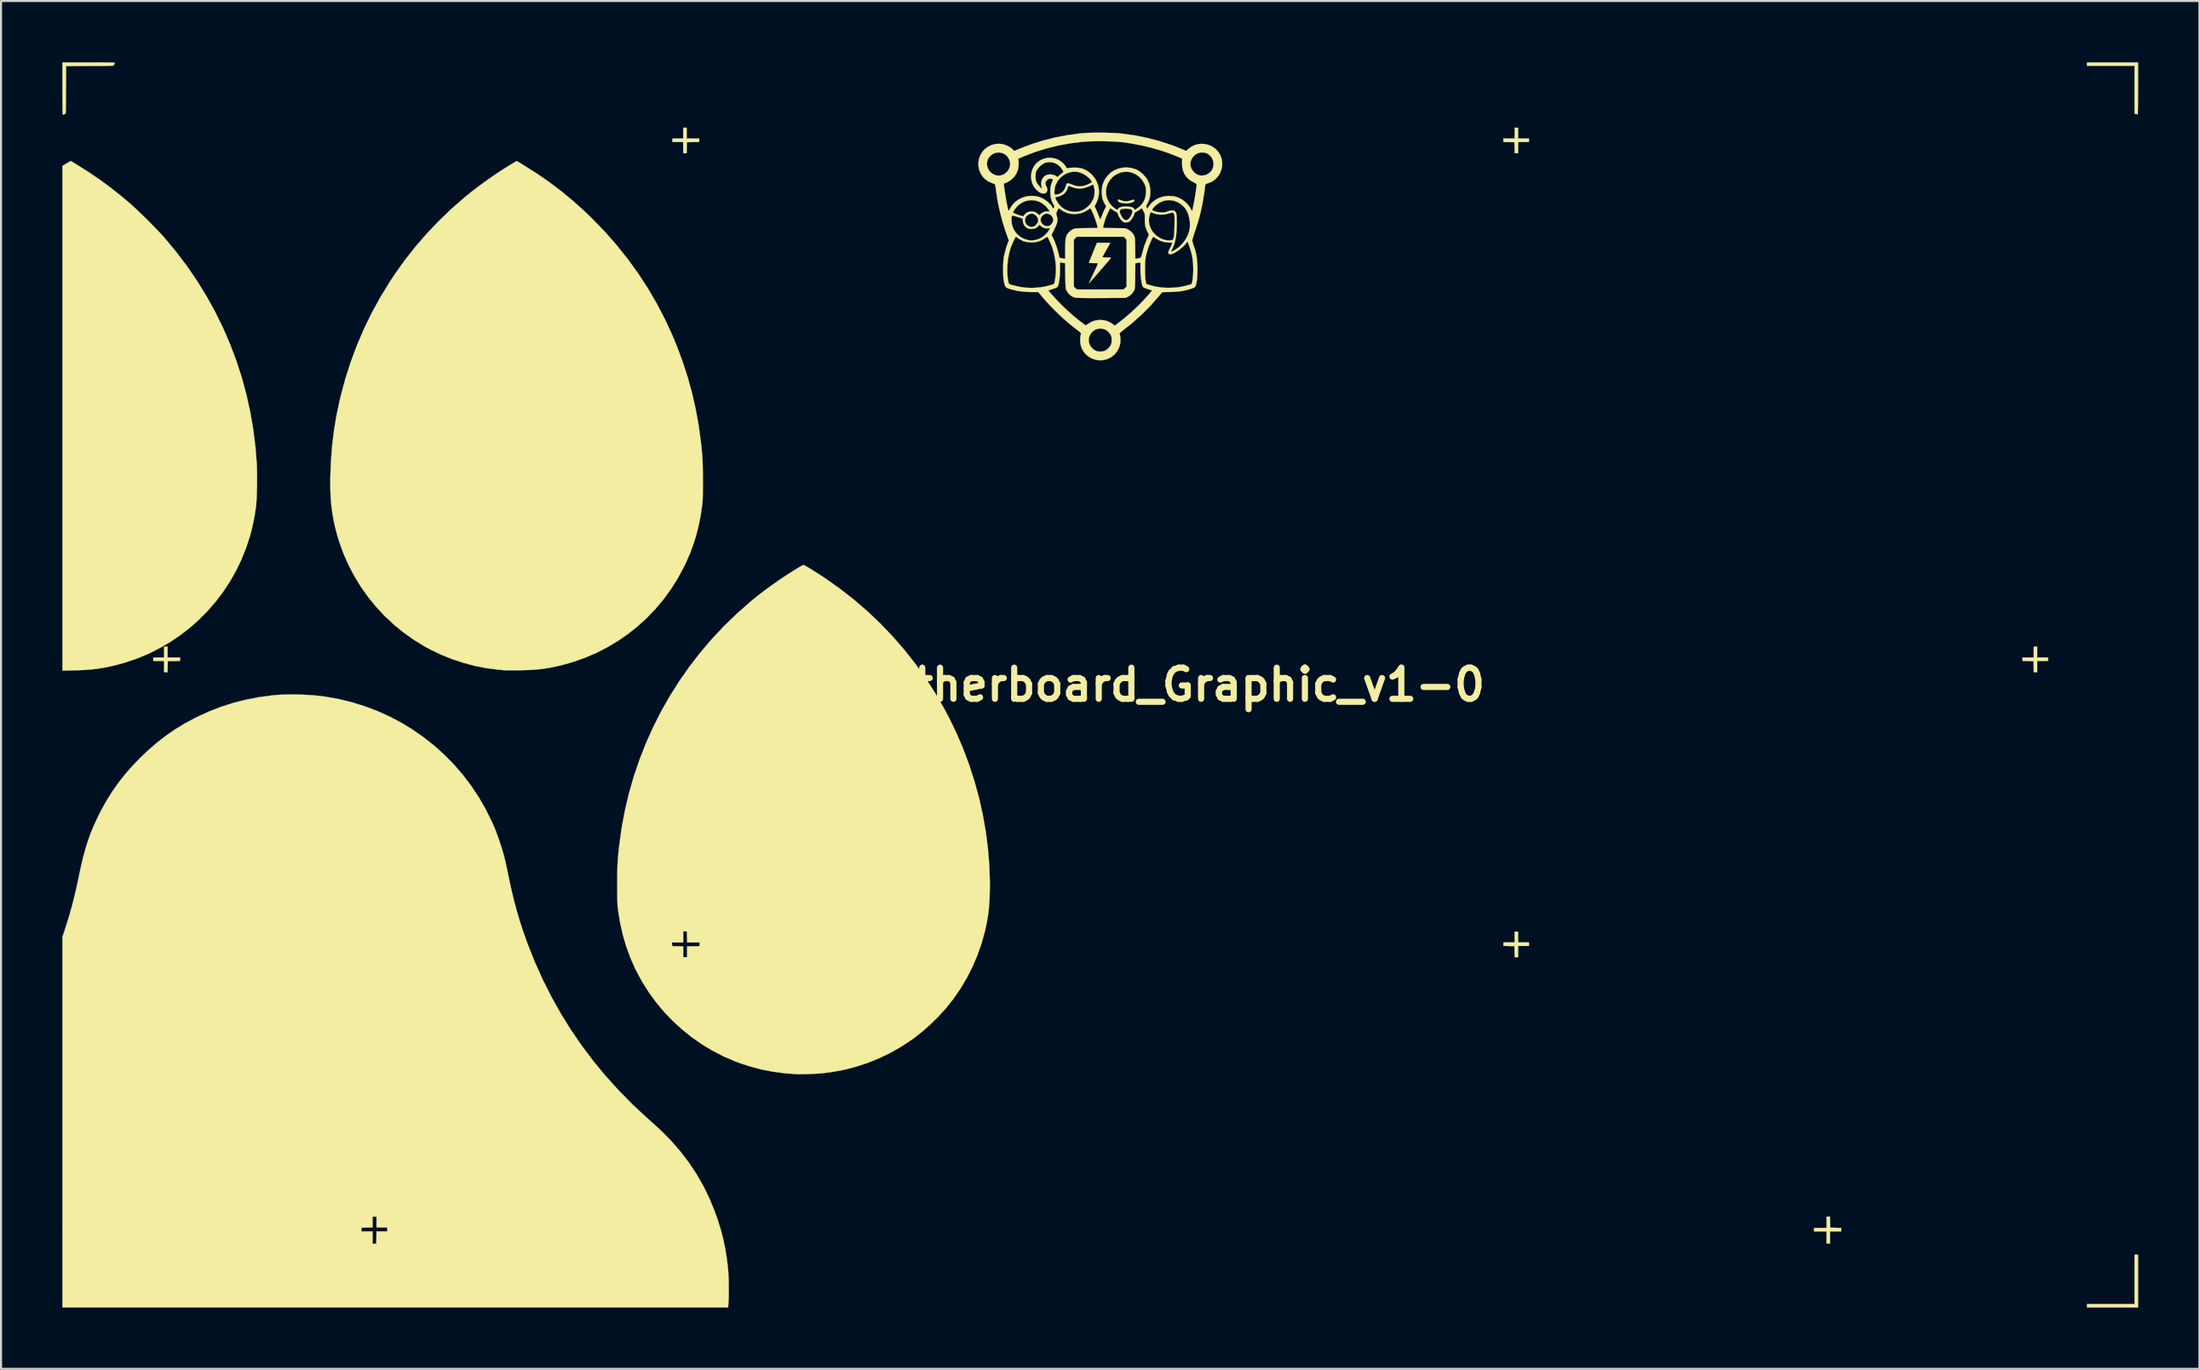
<source format=kicad_pcb>
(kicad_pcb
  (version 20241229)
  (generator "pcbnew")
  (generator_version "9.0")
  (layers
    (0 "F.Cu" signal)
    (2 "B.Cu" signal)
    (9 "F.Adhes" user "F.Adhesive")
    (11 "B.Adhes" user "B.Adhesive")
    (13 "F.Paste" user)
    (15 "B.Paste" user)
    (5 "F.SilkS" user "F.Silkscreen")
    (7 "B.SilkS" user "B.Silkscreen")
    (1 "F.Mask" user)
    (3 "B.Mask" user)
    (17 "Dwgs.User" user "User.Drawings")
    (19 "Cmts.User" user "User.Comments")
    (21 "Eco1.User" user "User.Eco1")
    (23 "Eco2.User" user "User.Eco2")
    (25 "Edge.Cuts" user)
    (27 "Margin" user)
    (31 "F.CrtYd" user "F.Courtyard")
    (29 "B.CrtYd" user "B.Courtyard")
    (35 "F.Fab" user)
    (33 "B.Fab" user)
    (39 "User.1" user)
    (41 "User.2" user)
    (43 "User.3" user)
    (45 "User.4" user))
  (footprint "Silks_Motherboard_Graphic_v1-0"
    (layer "F.Cu")
    (at 50.784 30.464)
    (property "Reference" "Silks_Motherboard_Graphic_v1-0" (at 0 0 0) (layer "F.SilkS") (effects (font (size 1.524 1.524) (thickness 0.3))))
    (attr through_hole)
    (fp_poly (pts (xy 50.779 30.48) (xy 48.281 30.48) (xy 48.281 30.311) (xy 50.609 30.311) (xy 50.609 27.898) (xy 50.779 27.898) (xy 50.779 30.48)) (stroke (width 0.01) (type solid)) (fill yes) (layer "F.SilkS"))
    (fp_poly (pts (xy -45.635 -1.333) (xy -45.022 -1.333) (xy -45.022 -1.165) (xy -45.625 -1.154) (xy -45.637 -0.614) (xy -45.805 -0.614) (xy -45.805 -1.164) (xy -46.334 -1.164) (xy -46.334 -1.333) (xy -45.805 -1.333) (xy -45.805 -1.863) (xy -45.635 -1.863) (xy -45.635 -1.333)) (stroke (width 0.01) (type solid)) (fill yes) (layer "F.SilkS"))
    (fp_poly (pts (xy -20.235 -26.733) (xy -19.622 -26.733) (xy -19.622 -26.565) (xy -20.225 -26.554) (xy -20.237 -26.014) (xy -20.405 -26.014) (xy -20.405 -26.564) (xy -20.934 -26.564) (xy -20.934 -26.733) (xy -20.405 -26.733) (xy -20.405 -27.263) (xy -20.235 -27.263) (xy -20.235 -26.733)) (stroke (width 0.01) (type solid)) (fill yes) (layer "F.SilkS"))
    (fp_poly (pts (xy 20.447 12.615) (xy 20.976 12.615) (xy 20.976 12.785) (xy 20.447 12.785) (xy 20.447 13.335) (xy 20.279 13.335) (xy 20.267 12.795) (xy 19.727 12.783) (xy 19.727 12.615) (xy 20.278 12.615) (xy 20.278 12.086) (xy 20.447 12.086) (xy 20.447 12.615)) (stroke (width 0.01) (type solid)) (fill yes) (layer "F.SilkS"))
    (fp_poly (pts (xy 35.719 26.575) (xy 36.258 26.587) (xy 36.258 26.755) (xy 35.708 26.755) (xy 35.708 27.347) (xy 35.539 27.347) (xy 35.539 26.755) (xy 34.925 26.755) (xy 34.925 26.585) (xy 35.539 26.585) (xy 35.539 26.035) (xy 35.707 26.035) (xy 35.719 26.575)) (stroke (width 0.01) (type solid)) (fill yes) (layer "F.SilkS"))
    (fp_poly (pts (xy 20.447 -26.733) (xy 20.976 -26.733) (xy 20.976 -26.564) (xy 20.447 -26.564) (xy 20.447 -26.014) (xy 20.279 -26.014) (xy 20.267 -26.554) (xy 19.997 -26.56) (xy 19.727 -26.565) (xy 19.727 -26.733) (xy 20.278 -26.733) (xy 20.278 -27.263) (xy 20.447 -27.263) (xy 20.447 -26.733)) (stroke (width 0.01) (type solid)) (fill yes) (layer "F.SilkS"))
    (fp_poly (pts (xy 45.847 -1.333) (xy 46.376 -1.333) (xy 46.376 -1.164) (xy 45.847 -1.164) (xy 45.847 -0.614) (xy 45.679 -0.614) (xy 45.667 -1.154) (xy 45.397 -1.16) (xy 45.127 -1.165) (xy 45.127 -1.333) (xy 45.678 -1.333) (xy 45.678 -1.863) (xy 45.847 -1.863) (xy 45.847 -1.333)) (stroke (width 0.01) (type solid)) (fill yes) (layer "F.SilkS"))
    (fp_poly (pts (xy 50.779 -29.178) (xy 50.778 -28.879) (xy 50.777 -28.618) (xy 50.776 -28.397) (xy 50.773 -28.215) (xy 50.77 -28.074) (xy 50.767 -27.974) (xy 50.762 -27.915) (xy 50.758 -27.898) (xy 50.737 -27.914) (xy 50.736 -27.919) (xy 50.718 -27.934) (xy 50.674 -27.94) (xy 50.673 -27.94) (xy 50.609 -27.94) (xy 50.609 -30.29) (xy 48.281 -30.29) (xy 48.281 -30.459) (xy 50.779 -30.459) (xy 50.779 -29.178)) (stroke (width 0.01) (type solid)) (fill yes) (layer "F.SilkS"))
    (fp_poly (pts (xy 0.943 -23.738) (xy 1.018 -23.708) (xy 1.028 -23.704) (xy 1.162 -23.666) (xy 1.311 -23.662) (xy 1.463 -23.691) (xy 1.51 -23.707) (xy 1.586 -23.732) (xy 1.633 -23.739) (xy 1.658 -23.73) (xy 1.67 -23.694) (xy 1.644 -23.655) (xy 1.582 -23.617) (xy 1.533 -23.597) (xy 1.414 -23.57) (xy 1.275 -23.56) (xy 1.134 -23.568) (xy 1.009 -23.593) (xy 0.979 -23.603) (xy 0.913 -23.632) (xy 0.88 -23.657) (xy 0.868 -23.688) (xy 0.868 -23.698) (xy 0.874 -23.733) (xy 0.897 -23.746) (xy 0.943 -23.738)) (stroke (width 0.01) (type solid)) (fill yes) (layer "F.SilkS"))
    (fp_poly (pts (xy -49.234 -30.459) (xy -49.008 -30.459) (xy -48.819 -30.458) (xy -48.663 -30.458) (xy -48.536 -30.456) (xy -48.436 -30.455) (xy -48.36 -30.453) (xy -48.303 -30.449) (xy -48.264 -30.446) (xy -48.24 -30.441) (xy -48.226 -30.435) (xy -48.219 -30.428) (xy -48.218 -30.419) (xy -48.218 -30.416) (xy -48.227 -30.382) (xy -48.239 -30.374) (xy -48.256 -30.356) (xy -48.26 -30.332) (xy -48.261 -30.323) (xy -48.266 -30.315) (xy -48.278 -30.309) (xy -48.3 -30.303) (xy -48.337 -30.299) (xy -48.39 -30.296) (xy -48.464 -30.293) (xy -48.562 -30.291) (xy -48.686 -30.289) (xy -48.841 -30.288) (xy -49.029 -30.286) (xy -49.254 -30.285) (xy -49.429 -30.284) (xy -50.599 -30.279) (xy -50.604 -29.109) (xy -50.606 -28.858) (xy -50.607 -28.645) (xy -50.608 -28.468) (xy -50.61 -28.323) (xy -50.611 -28.207) (xy -50.614 -28.118) (xy -50.617 -28.051) (xy -50.62 -28.003) (xy -50.625 -27.972) (xy -50.631 -27.953) (xy -50.638 -27.944) (xy -50.646 -27.94) (xy -50.652 -27.94) (xy -50.686 -27.931) (xy -50.694 -27.919) (xy -50.712 -27.902) (xy -50.736 -27.898) (xy -50.745 -27.898) (xy -50.753 -27.903) (xy -50.759 -27.914) (xy -50.764 -27.935) (xy -50.768 -27.969) (xy -50.772 -28.019) (xy -50.774 -28.089) (xy -50.776 -28.181) (xy -50.777 -28.299) (xy -50.778 -28.445) (xy -50.779 -28.623) (xy -50.779 -28.837) (xy -50.779 -29.088) (xy -50.779 -29.178) (xy -50.779 -30.459) (xy -49.498 -30.459) (xy -49.234 -30.459)) (stroke (width 0.01) (type solid)) (fill yes) (layer "F.SilkS"))
    (fp_poly (pts (xy 0.275 -21.632) (xy 0.37 -21.63) (xy 0.441 -21.628) (xy 0.481 -21.626) (xy 0.487 -21.624) (xy 0.477 -21.604) (xy 0.45 -21.553) (xy 0.408 -21.477) (xy 0.356 -21.383) (xy 0.305 -21.293) (xy 0.245 -21.186) (xy 0.192 -21.091) (xy 0.15 -21.014) (xy 0.122 -20.961) (xy 0.112 -20.942) (xy 0.115 -20.928) (xy 0.139 -20.92) (xy 0.19 -20.915) (xy 0.275 -20.913) (xy 0.317 -20.913) (xy 0.406 -20.911) (xy 0.476 -20.906) (xy 0.518 -20.899) (xy 0.526 -20.894) (xy 0.511 -20.873) (xy 0.472 -20.826) (xy 0.413 -20.756) (xy 0.338 -20.668) (xy 0.25 -20.565) (xy 0.152 -20.452) (xy 0.049 -20.332) (xy -0.056 -20.211) (xy -0.16 -20.092) (xy -0.259 -19.979) (xy -0.348 -19.876) (xy -0.426 -19.788) (xy -0.488 -19.719) (xy -0.53 -19.672) (xy -0.55 -19.653) (xy -0.55 -19.653) (xy -0.542 -19.675) (xy -0.517 -19.73) (xy -0.48 -19.812) (xy -0.431 -19.917) (xy -0.375 -20.038) (xy -0.328 -20.137) (xy -0.267 -20.267) (xy -0.212 -20.385) (xy -0.166 -20.485) (xy -0.131 -20.561) (xy -0.111 -20.609) (xy -0.106 -20.622) (xy -0.126 -20.629) (xy -0.179 -20.634) (xy -0.257 -20.637) (xy -0.331 -20.637) (xy -0.43 -20.638) (xy -0.495 -20.641) (xy -0.531 -20.646) (xy -0.546 -20.657) (xy -0.546 -20.672) (xy -0.545 -20.676) (xy -0.535 -20.705) (xy -0.51 -20.768) (xy -0.475 -20.858) (xy -0.43 -20.97) (xy -0.379 -21.096) (xy -0.348 -21.173) (xy -0.16 -21.632) (xy 0.163 -21.632) (xy 0.275 -21.632)) (stroke (width 0.01) (type solid)) (fill yes) (layer "F.SilkS"))
    (fp_poly (pts (xy -50.052 -25.44) (xy -49.476 -25.077) (xy -48.919 -24.696) (xy -48.372 -24.292) (xy -47.827 -23.857) (xy -47.477 -23.56) (xy -47.361 -23.457) (xy -47.221 -23.328) (xy -47.064 -23.179) (xy -46.893 -23.015) (xy -46.716 -22.841) (xy -46.537 -22.663) (xy -46.361 -22.485) (xy -46.194 -22.315) (xy -46.042 -22.156) (xy -45.909 -22.014) (xy -45.802 -21.895) (xy -45.795 -21.886) (xy -45.224 -21.202) (xy -44.691 -20.496) (xy -44.194 -19.77) (xy -43.734 -19.025) (xy -43.312 -18.262) (xy -42.927 -17.481) (xy -42.582 -16.684) (xy -42.274 -15.872) (xy -42.006 -15.045) (xy -41.778 -14.204) (xy -41.589 -13.351) (xy -41.441 -12.487) (xy -41.333 -11.611) (xy -41.273 -10.854) (xy -41.264 -10.654) (xy -41.258 -10.432) (xy -41.256 -10.194) (xy -41.256 -9.947) (xy -41.259 -9.699) (xy -41.265 -9.456) (xy -41.273 -9.226) (xy -41.284 -9.016) (xy -41.297 -8.832) (xy -41.312 -8.682) (xy -41.316 -8.657) (xy -41.365 -8.338) (xy -41.425 -8.013) (xy -41.494 -7.694) (xy -41.568 -7.397) (xy -41.602 -7.276) (xy -41.793 -6.691) (xy -42.021 -6.125) (xy -42.285 -5.578) (xy -42.583 -5.053) (xy -42.914 -4.55) (xy -43.276 -4.072) (xy -43.668 -3.619) (xy -44.089 -3.193) (xy -44.536 -2.796) (xy -45.009 -2.429) (xy -45.505 -2.092) (xy -46.025 -1.789) (xy -46.565 -1.519) (xy -47.125 -1.286) (xy -47.703 -1.089) (xy -48.101 -0.978) (xy -48.428 -0.899) (xy -48.734 -0.836) (xy -49.03 -0.787) (xy -49.328 -0.751) (xy -49.639 -0.726) (xy -49.973 -0.71) (xy -50.17 -0.705) (xy -50.779 -0.693) (xy -50.779 -25.396) (xy -50.576 -25.515) (xy -50.372 -25.634) (xy -50.052 -25.44)) (stroke (width 0.01) (type solid)) (fill yes) (layer "F.SilkS"))
    (fp_poly (pts (xy -28.23 -25.44) (xy -27.571 -25.024) (xy -26.945 -24.591) (xy -26.345 -24.136) (xy -25.764 -23.653) (xy -25.194 -23.137) (xy -24.864 -22.819) (xy -24.246 -22.181) (xy -23.665 -21.52) (xy -23.119 -20.837) (xy -22.608 -20.131) (xy -22.134 -19.402) (xy -21.696 -18.652) (xy -21.294 -17.88) (xy -20.928 -17.087) (xy -20.715 -16.571) (xy -20.434 -15.817) (xy -20.189 -15.063) (xy -19.979 -14.303) (xy -19.802 -13.532) (xy -19.658 -12.745) (xy -19.545 -11.936) (xy -19.48 -11.324) (xy -19.47 -11.189) (xy -19.462 -11.024) (xy -19.455 -10.833) (xy -19.449 -10.624) (xy -19.444 -10.402) (xy -19.442 -10.173) (xy -19.44 -9.944) (xy -19.441 -9.719) (xy -19.442 -9.504) (xy -19.446 -9.307) (xy -19.451 -9.132) (xy -19.458 -8.986) (xy -19.466 -8.875) (xy -19.469 -8.848) (xy -19.545 -8.319) (xy -19.641 -7.822) (xy -19.758 -7.349) (xy -19.9 -6.891) (xy -20.067 -6.441) (xy -20.262 -5.992) (xy -20.384 -5.74) (xy -20.679 -5.195) (xy -21.007 -4.675) (xy -21.368 -4.181) (xy -21.759 -3.714) (xy -22.178 -3.276) (xy -22.625 -2.868) (xy -23.098 -2.491) (xy -23.595 -2.146) (xy -24.115 -1.835) (xy -24.657 -1.558) (xy -25.218 -1.318) (xy -25.797 -1.114) (xy -26.28 -0.977) (xy -26.572 -0.906) (xy -26.842 -0.848) (xy -27.1 -0.802) (xy -27.354 -0.767) (xy -27.615 -0.741) (xy -27.891 -0.723) (xy -28.194 -0.713) (xy -28.427 -0.709) (xy -28.597 -0.708) (xy -28.756 -0.707) (xy -28.899 -0.707) (xy -29.02 -0.707) (xy -29.113 -0.708) (xy -29.173 -0.71) (xy -29.189 -0.711) (xy -29.24 -0.717) (xy -29.321 -0.725) (xy -29.421 -0.734) (xy -29.506 -0.743) (xy -30.052 -0.814) (xy -30.604 -0.923) (xy -31.156 -1.07) (xy -31.702 -1.251) (xy -32.235 -1.464) (xy -32.75 -1.709) (xy -33.084 -1.889) (xy -33.606 -2.212) (xy -34.104 -2.568) (xy -34.575 -2.955) (xy -35.019 -3.372) (xy -35.433 -3.817) (xy -35.817 -4.288) (xy -36.169 -4.783) (xy -36.487 -5.3) (xy -36.771 -5.838) (xy -37.018 -6.395) (xy -37.228 -6.968) (xy -37.336 -7.324) (xy -37.433 -7.693) (xy -37.512 -8.052) (xy -37.574 -8.408) (xy -37.621 -8.77) (xy -37.652 -9.144) (xy -37.669 -9.54) (xy -37.672 -9.964) (xy -37.67 -10.181) (xy -37.641 -10.947) (xy -37.584 -11.691) (xy -37.495 -12.422) (xy -37.376 -13.148) (xy -37.223 -13.879) (xy -37.169 -14.109) (xy -36.941 -14.963) (xy -36.673 -15.8) (xy -36.367 -16.62) (xy -36.022 -17.425) (xy -35.638 -18.212) (xy -35.214 -18.983) (xy -34.752 -19.738) (xy -34.507 -20.108) (xy -34.021 -20.787) (xy -33.498 -21.449) (xy -32.941 -22.091) (xy -32.352 -22.71) (xy -31.735 -23.302) (xy -31.091 -23.865) (xy -31.041 -23.906) (xy -30.754 -24.137) (xy -30.439 -24.378) (xy -30.104 -24.623) (xy -29.762 -24.865) (xy -29.42 -25.096) (xy -29.089 -25.309) (xy -28.844 -25.46) (xy -28.551 -25.635) (xy -28.23 -25.44)) (stroke (width 0.01) (type solid)) (fill yes) (layer "F.SilkS"))
    (fp_poly (pts (xy -39.142 0.483) (xy -38.811 0.498) (xy -38.487 0.52) (xy -38.18 0.549) (xy -37.91 0.584) (xy -37.257 0.701) (xy -36.611 0.859) (xy -35.977 1.057) (xy -35.356 1.293) (xy -34.752 1.567) (xy -34.166 1.878) (xy -33.644 2.197) (xy -33.094 2.581) (xy -32.571 2.996) (xy -32.077 3.442) (xy -31.613 3.917) (xy -31.179 4.42) (xy -30.778 4.949) (xy -30.41 5.503) (xy -30.076 6.082) (xy -29.778 6.682) (xy -29.643 6.987) (xy -29.576 7.155) (xy -29.502 7.352) (xy -29.426 7.568) (xy -29.35 7.792) (xy -29.279 8.012) (xy -29.217 8.218) (xy -29.166 8.398) (xy -29.16 8.424) (xy -29.136 8.521) (xy -29.106 8.651) (xy -29.072 8.805) (xy -29.035 8.975) (xy -28.998 9.153) (xy -28.962 9.329) (xy -28.958 9.345) (xy -28.834 9.933) (xy -28.702 10.488) (xy -28.562 11.02) (xy -28.41 11.539) (xy -28.243 12.053) (xy -28.059 12.573) (xy -28.024 12.668) (xy -27.671 13.559) (xy -27.281 14.426) (xy -26.856 15.271) (xy -26.396 16.093) (xy -25.9 16.892) (xy -25.368 17.668) (xy -24.801 18.42) (xy -24.199 19.15) (xy -23.56 19.857) (xy -22.887 20.541) (xy -22.178 21.201) (xy -21.939 21.411) (xy -21.427 21.882) (xy -20.954 22.369) (xy -20.518 22.876) (xy -20.119 23.401) (xy -19.757 23.947) (xy -19.431 24.513) (xy -19.141 25.101) (xy -18.886 25.712) (xy -18.721 26.173) (xy -18.566 26.672) (xy -18.44 27.161) (xy -18.339 27.653) (xy -18.26 28.159) (xy -18.203 28.69) (xy -18.202 28.702) (xy -18.193 28.834) (xy -18.186 28.997) (xy -18.18 29.184) (xy -18.177 29.385) (xy -18.176 29.59) (xy -18.176 29.789) (xy -18.179 29.974) (xy -18.184 30.134) (xy -18.191 30.252) (xy -18.207 30.48) (xy -50.779 30.48) (xy -50.779 26.755) (xy -36.155 26.755) (xy -35.602 26.755) (xy -35.602 27.371) (xy -35.512 27.364) (xy -35.422 27.358) (xy -35.411 26.755) (xy -34.883 26.755) (xy -34.883 26.564) (xy -35.412 26.564) (xy -35.412 26.035) (xy -35.602 26.035) (xy -35.602 26.563) (xy -36.142 26.575) (xy -36.149 26.665) (xy -36.155 26.755) (xy -50.779 26.755) (xy -50.779 12.344) (xy -50.652 11.961) (xy -50.464 11.363) (xy -50.293 10.756) (xy -50.138 10.13) (xy -49.995 9.476) (xy -49.964 9.324) (xy -49.866 8.861) (xy -49.764 8.434) (xy -49.655 8.035) (xy -49.537 7.658) (xy -49.408 7.297) (xy -49.265 6.943) (xy -49.106 6.591) (xy -48.929 6.233) (xy -48.919 6.212) (xy -48.643 5.711) (xy -48.349 5.238) (xy -48.032 4.787) (xy -47.686 4.351) (xy -47.307 3.923) (xy -46.992 3.597) (xy -46.572 3.196) (xy -46.152 2.832) (xy -45.724 2.5) (xy -45.281 2.194) (xy -44.818 1.911) (xy -44.326 1.645) (xy -44.238 1.601) (xy -43.649 1.327) (xy -43.052 1.092) (xy -42.444 0.896) (xy -41.822 0.736) (xy -41.182 0.612) (xy -40.521 0.523) (xy -40.344 0.505) (xy -40.081 0.487) (xy -39.787 0.478) (xy -39.47 0.477) (xy -39.142 0.483)) (stroke (width 0.01) (type solid)) (fill yes) (layer "F.SilkS"))
    (fp_poly (pts (xy -14.49 -5.852) (xy -14.43 -5.82) (xy -14.343 -5.77) (xy -14.234 -5.706) (xy -14.108 -5.629) (xy -13.97 -5.542) (xy -13.824 -5.449) (xy -13.674 -5.353) (xy -13.525 -5.255) (xy -13.444 -5.2) (xy -12.726 -4.692) (xy -12.036 -4.152) (xy -11.376 -3.582) (xy -10.744 -2.982) (xy -10.144 -2.353) (xy -9.574 -1.695) (xy -9.035 -1.01) (xy -8.528 -0.297) (xy -8.054 0.443) (xy -7.613 1.208) (xy -7.406 1.598) (xy -7.039 2.355) (xy -6.707 3.131) (xy -6.411 3.923) (xy -6.152 4.728) (xy -5.929 5.543) (xy -5.745 6.365) (xy -5.6 7.193) (xy -5.494 8.022) (xy -5.427 8.85) (xy -5.401 9.675) (xy -5.404 10.097) (xy -5.414 10.43) (xy -5.431 10.733) (xy -5.455 11.013) (xy -5.489 11.283) (xy -5.534 11.553) (xy -5.59 11.832) (xy -5.651 12.099) (xy -5.813 12.681) (xy -6.015 13.254) (xy -6.255 13.814) (xy -6.531 14.357) (xy -6.842 14.878) (xy -7.185 15.375) (xy -7.219 15.42) (xy -7.548 15.831) (xy -7.91 16.231) (xy -8.297 16.613) (xy -8.699 16.97) (xy -9.111 17.293) (xy -9.189 17.35) (xy -9.705 17.694) (xy -10.241 18.002) (xy -10.795 18.271) (xy -11.364 18.503) (xy -11.948 18.695) (xy -12.543 18.848) (xy -13.149 18.96) (xy -13.604 19.016) (xy -13.739 19.028) (xy -13.899 19.038) (xy -14.076 19.047) (xy -14.26 19.054) (xy -14.44 19.059) (xy -14.608 19.062) (xy -14.755 19.062) (xy -14.87 19.059) (xy -14.88 19.059) (xy -15.463 19.013) (xy -16.021 18.939) (xy -16.56 18.835) (xy -17.086 18.699) (xy -17.606 18.53) (xy -17.896 18.421) (xy -18.453 18.179) (xy -18.992 17.899) (xy -19.51 17.585) (xy -20.007 17.236) (xy -20.479 16.855) (xy -20.926 16.445) (xy -21.345 16.006) (xy -21.734 15.54) (xy -22.091 15.049) (xy -22.416 14.535) (xy -22.704 14) (xy -22.755 13.895) (xy -22.993 13.356) (xy -23.194 12.805) (xy -23.25 12.615) (xy -20.957 12.615) (xy -20.951 12.705) (xy -20.944 12.795) (xy -20.405 12.807) (xy -20.405 13.335) (xy -20.214 13.335) (xy -20.214 12.807) (xy -19.913 12.801) (xy -19.611 12.795) (xy -19.604 12.705) (xy -19.598 12.615) (xy -20.213 12.615) (xy -20.225 12.076) (xy -20.315 12.069) (xy -20.405 12.063) (xy -20.405 12.615) (xy -20.957 12.615) (xy -23.25 12.615) (xy -23.36 12.238) (xy -23.492 11.652) (xy -23.591 11.042) (xy -23.594 11.017) (xy -23.604 10.936) (xy -23.612 10.853) (xy -23.618 10.764) (xy -23.623 10.663) (xy -23.627 10.545) (xy -23.63 10.406) (xy -23.631 10.239) (xy -23.632 10.041) (xy -23.632 9.806) (xy -23.632 9.79) (xy -23.632 9.53) (xy -23.631 9.306) (xy -23.628 9.11) (xy -23.623 8.934) (xy -23.617 8.771) (xy -23.607 8.614) (xy -23.596 8.456) (xy -23.58 8.289) (xy -23.562 8.107) (xy -23.539 7.901) (xy -23.536 7.874) (xy -23.417 7.009) (xy -23.258 6.155) (xy -23.059 5.311) (xy -22.82 4.48) (xy -22.542 3.663) (xy -22.227 2.861) (xy -21.875 2.076) (xy -21.486 1.308) (xy -21.061 0.559) (xy -20.602 -0.169) (xy -20.108 -0.875) (xy -19.58 -1.559) (xy -19.02 -2.218) (xy -18.427 -2.852) (xy -17.803 -3.458) (xy -17.148 -4.036) (xy -16.985 -4.172) (xy -16.676 -4.42) (xy -16.342 -4.674) (xy -15.997 -4.924) (xy -15.655 -5.162) (xy -15.598 -5.2) (xy -15.45 -5.299) (xy -15.298 -5.397) (xy -15.149 -5.493) (xy -15.005 -5.584) (xy -14.871 -5.666) (xy -14.753 -5.738) (xy -14.654 -5.796) (xy -14.579 -5.837) (xy -14.532 -5.86) (xy -14.52 -5.863) (xy -14.49 -5.852)) (stroke (width 0.01) (type solid)) (fill yes) (layer "F.SilkS"))
    (fp_poly (pts (xy 0.056 -27.019) (xy 0.283 -27.016) (xy 0.503 -27.01) (xy 0.707 -27.002) (xy 0.885 -26.991) (xy 1.016 -26.98) (xy 1.668 -26.89) (xy 2.306 -26.763) (xy 2.927 -26.6) (xy 3.528 -26.401) (xy 3.968 -26.228) (xy 4.205 -26.127) (xy 4.305 -26.218) (xy 4.464 -26.336) (xy 4.635 -26.417) (xy 4.814 -26.463) (xy 4.996 -26.475) (xy 5.176 -26.455) (xy 5.349 -26.404) (xy 5.51 -26.324) (xy 5.654 -26.216) (xy 5.778 -26.08) (xy 5.874 -25.92) (xy 5.937 -25.749) (xy 5.967 -25.553) (xy 5.96 -25.36) (xy 5.918 -25.175) (xy 5.842 -25.003) (xy 5.737 -24.849) (xy 5.605 -24.718) (xy 5.449 -24.615) (xy 5.274 -24.545) (xy 5.204 -24.525) (xy 5.165 -24.506) (xy 5.146 -24.48) (xy 5.137 -24.438) (xy 5.134 -24.42) (xy 5.084 -24.052) (xy 5.031 -23.718) (xy 4.973 -23.409) (xy 4.909 -23.117) (xy 4.837 -22.835) (xy 4.754 -22.553) (xy 4.66 -22.263) (xy 4.632 -22.183) (xy 4.591 -22.061) (xy 4.555 -21.948) (xy 4.527 -21.854) (xy 4.508 -21.784) (xy 4.502 -21.749) (xy 4.509 -21.703) (xy 4.528 -21.628) (xy 4.556 -21.538) (xy 4.578 -21.471) (xy 4.64 -21.285) (xy 4.686 -21.111) (xy 4.718 -20.936) (xy 4.74 -20.747) (xy 4.753 -20.533) (xy 4.756 -20.458) (xy 4.758 -20.248) (xy 4.752 -20.051) (xy 4.738 -19.872) (xy 4.717 -19.718) (xy 4.689 -19.593) (xy 4.661 -19.516) (xy 4.638 -19.477) (xy 4.608 -19.448) (xy 4.56 -19.423) (xy 4.484 -19.395) (xy 4.456 -19.385) (xy 4.285 -19.332) (xy 4.123 -19.292) (xy 3.957 -19.263) (xy 3.778 -19.243) (xy 3.574 -19.23) (xy 3.446 -19.225) (xy 3.029 -19.214) (xy 2.852 -19) (xy 2.445 -18.536) (xy 2.01 -18.1) (xy 1.544 -17.687) (xy 1.138 -17.364) (xy 1.052 -17.298) (xy 0.995 -17.251) (xy 0.962 -17.218) (xy 0.948 -17.193) (xy 0.948 -17.171) (xy 0.953 -17.154) (xy 0.973 -17.074) (xy 0.985 -16.969) (xy 0.989 -16.853) (xy 0.983 -16.744) (xy 0.976 -16.691) (xy 0.92 -16.5) (xy 0.83 -16.326) (xy 0.709 -16.175) (xy 0.562 -16.052) (xy 0.457 -15.991) (xy 0.277 -15.918) (xy 0.104 -15.883) (xy -0.074 -15.883) (xy -0.228 -15.907) (xy -0.41 -15.968) (xy -0.577 -16.063) (xy -0.722 -16.19) (xy -0.839 -16.341) (xy -0.922 -16.511) (xy -0.969 -16.689) (xy -0.982 -16.873) (xy -0.98 -16.901) (xy -0.564 -16.901) (xy -0.556 -16.766) (xy -0.515 -16.636) (xy -0.441 -16.517) (xy -0.334 -16.414) (xy -0.212 -16.341) (xy -0.106 -16.311) (xy 0.017 -16.303) (xy 0.141 -16.318) (xy 0.243 -16.352) (xy 0.349 -16.421) (xy 0.445 -16.516) (xy 0.517 -16.623) (xy 0.519 -16.627) (xy 0.548 -16.716) (xy 0.561 -16.827) (xy 0.56 -16.944) (xy 0.543 -17.049) (xy 0.522 -17.106) (xy 0.452 -17.212) (xy 0.355 -17.309) (xy 0.248 -17.383) (xy 0.137 -17.421) (xy 0.009 -17.434) (xy -0.12 -17.422) (xy -0.234 -17.385) (xy -0.258 -17.373) (xy -0.385 -17.276) (xy -0.479 -17.162) (xy -0.538 -17.035) (xy -0.564 -16.901) (xy -0.98 -16.901) (xy -0.963 -17.073) (xy -0.944 -17.166) (xy -0.943 -17.189) (xy -0.952 -17.212) (xy -0.976 -17.242) (xy -1.02 -17.282) (xy -1.09 -17.337) (xy -1.189 -17.411) (xy -1.191 -17.413) (xy -1.478 -17.641) (xy -1.776 -17.897) (xy -2.073 -18.173) (xy -2.362 -18.46) (xy -2.632 -18.75) (xy -2.823 -18.971) (xy -3.031 -19.219) (xy -3.352 -19.219) (xy -3.659 -19.23) (xy -3.943 -19.262) (xy -4.131 -19.299) (xy -2.54 -19.299) (xy -2.45 -19.191) (xy -2.272 -18.987) (xy -2.068 -18.769) (xy -1.846 -18.546) (xy -1.617 -18.327) (xy -1.39 -18.121) (xy -1.196 -17.956) (xy -1.112 -17.888) (xy -1.022 -17.818) (xy -0.932 -17.749) (xy -0.849 -17.687) (xy -0.78 -17.636) (xy -0.731 -17.602) (xy -0.708 -17.59) (xy -0.708 -17.59) (xy -0.685 -17.601) (xy -0.638 -17.631) (xy -0.588 -17.667) (xy -0.42 -17.765) (xy -0.238 -17.827) (xy -0.047 -17.854) (xy 0.146 -17.845) (xy 0.333 -17.801) (xy 0.508 -17.723) (xy 0.638 -17.632) (xy 0.708 -17.574) (xy 0.919 -17.734) (xy 1.022 -17.814) (xy 1.142 -17.909) (xy 1.261 -18.007) (xy 1.354 -18.085) (xy 1.453 -18.171) (xy 1.569 -18.277) (xy 1.69 -18.388) (xy 1.801 -18.494) (xy 1.828 -18.52) (xy 1.919 -18.61) (xy 2.015 -18.709) (xy 2.115 -18.814) (xy 2.212 -18.919) (xy 2.303 -19.02) (xy 2.385 -19.112) (xy 2.452 -19.191) (xy 2.501 -19.251) (xy 2.527 -19.29) (xy 2.53 -19.3) (xy 2.505 -19.311) (xy 2.45 -19.33) (xy 2.375 -19.353) (xy 2.344 -19.362) (xy 2.233 -19.396) (xy 2.156 -19.427) (xy 2.106 -19.46) (xy 2.075 -19.5) (xy 2.055 -19.551) (xy 2.054 -19.555) (xy 2.023 -19.697) (xy 1.998 -19.868) (xy 1.98 -20.058) (xy 1.97 -20.254) (xy 1.969 -20.357) (xy 2.192 -20.357) (xy 2.192 -20.331) (xy 2.194 -20.137) (xy 2.2 -19.982) (xy 2.208 -19.862) (xy 2.22 -19.773) (xy 2.225 -19.75) (xy 2.255 -19.615) (xy 2.368 -19.576) (xy 2.661 -19.496) (xy 2.975 -19.445) (xy 3.302 -19.425) (xy 3.632 -19.435) (xy 3.895 -19.467) (xy 3.992 -19.485) (xy 4.099 -19.508) (xy 4.207 -19.534) (xy 4.307 -19.56) (xy 4.391 -19.585) (xy 4.449 -19.606) (xy 4.471 -19.618) (xy 4.485 -19.651) (xy 4.501 -19.72) (xy 4.516 -19.814) (xy 4.529 -19.927) (xy 4.541 -20.05) (xy 4.549 -20.175) (xy 4.553 -20.295) (xy 4.554 -20.341) (xy 4.542 -20.642) (xy 4.508 -20.919) (xy 4.448 -21.188) (xy 4.359 -21.462) (xy 4.344 -21.503) (xy 4.268 -21.701) (xy 4.226 -21.64) (xy 4.148 -21.542) (xy 4.051 -21.443) (xy 3.942 -21.348) (xy 3.826 -21.26) (xy 3.711 -21.183) (xy 3.601 -21.123) (xy 3.504 -21.083) (xy 3.425 -21.067) (xy 3.389 -21.071) (xy 3.344 -21.103) (xy 3.331 -21.16) (xy 3.35 -21.234) (xy 3.372 -21.277) (xy 3.398 -21.327) (xy 3.43 -21.394) (xy 3.464 -21.467) (xy 3.494 -21.538) (xy 3.517 -21.595) (xy 3.528 -21.629) (xy 3.528 -21.634) (xy 3.507 -21.636) (xy 3.453 -21.639) (xy 3.377 -21.642) (xy 3.344 -21.644) (xy 3.124 -21.671) (xy 2.924 -21.733) (xy 2.743 -21.833) (xy 2.741 -21.834) (xy 2.675 -21.879) (xy 2.623 -21.912) (xy 2.594 -21.928) (xy 2.591 -21.929) (xy 2.575 -21.91) (xy 2.548 -21.86) (xy 2.512 -21.785) (xy 2.471 -21.694) (xy 2.429 -21.594) (xy 2.389 -21.492) (xy 2.354 -21.397) (xy 2.333 -21.336) (xy 2.287 -21.185) (xy 2.251 -21.055) (xy 2.226 -20.935) (xy 2.209 -20.816) (xy 2.198 -20.687) (xy 2.193 -20.537) (xy 2.192 -20.357) (xy 1.969 -20.357) (xy 1.969 -20.363) (xy 1.968 -20.671) (xy 1.717 -20.63) (xy 1.71 -20.015) (xy 1.708 -19.835) (xy 1.706 -19.693) (xy 1.703 -19.583) (xy 1.7 -19.499) (xy 1.695 -19.436) (xy 1.688 -19.389) (xy 1.679 -19.353) (xy 1.668 -19.322) (xy 1.659 -19.303) (xy 1.573 -19.162) (xy 1.457 -19.052) (xy 1.359 -18.993) (xy 1.238 -18.934) (xy 0.066 -18.927) (xy -0.241 -18.926) (xy -0.505 -18.926) (xy -0.728 -18.927) (xy -0.909 -18.93) (xy -1.05 -18.933) (xy -1.15 -18.937) (xy -1.21 -18.943) (xy -1.218 -18.944) (xy -1.361 -18.995) (xy -1.488 -19.081) (xy -1.593 -19.198) (xy -1.67 -19.339) (xy -1.673 -19.346) (xy -1.682 -19.385) (xy -1.69 -19.449) (xy -1.697 -19.541) (xy -1.702 -19.666) (xy -1.706 -19.827) (xy -1.71 -20.026) (xy -1.71 -20.026) (xy -1.718 -20.632) (xy -1.843 -20.652) (xy -1.968 -20.673) (xy -1.969 -20.343) (xy -1.972 -20.155) (xy -1.983 -19.976) (xy -2 -19.815) (xy -2.022 -19.676) (xy -2.049 -19.569) (xy -2.069 -19.517) (xy -2.089 -19.482) (xy -2.113 -19.456) (xy -2.152 -19.433) (xy -2.212 -19.408) (xy -2.304 -19.377) (xy -2.323 -19.371) (xy -2.54 -19.299) (xy -4.131 -19.299) (xy -4.22 -19.317) (xy -4.294 -19.336) (xy -4.423 -19.371) (xy -4.517 -19.403) (xy -4.585 -19.436) (xy -4.631 -19.479) (xy -4.662 -19.537) (xy -4.687 -19.617) (xy -4.71 -19.725) (xy -4.713 -19.742) (xy -4.731 -19.864) (xy -4.744 -20.017) (xy -4.751 -20.19) (xy -4.752 -20.294) (xy -4.551 -20.294) (xy -4.543 -20.045) (xy -4.515 -19.818) (xy -4.486 -19.683) (xy -4.475 -19.647) (xy -4.459 -19.622) (xy -4.43 -19.602) (xy -4.378 -19.583) (xy -4.297 -19.559) (xy -4.27 -19.552) (xy -3.95 -19.476) (xy -3.645 -19.433) (xy -3.343 -19.421) (xy -3.032 -19.44) (xy -2.847 -19.464) (xy -2.754 -19.48) (xy -2.649 -19.503) (xy -2.542 -19.529) (xy -2.44 -19.556) (xy -2.352 -19.581) (xy -2.289 -19.603) (xy -2.259 -19.619) (xy -2.247 -19.649) (xy -2.232 -19.713) (xy -2.215 -19.802) (xy -2.199 -19.907) (xy -2.185 -20.02) (xy -2.174 -20.132) (xy -2.17 -20.182) (xy -2.166 -20.427) (xy -2.188 -20.692) (xy -2.232 -20.966) (xy -2.296 -21.236) (xy -2.355 -21.421) (xy -2.384 -21.497) (xy -2.42 -21.586) (xy -2.461 -21.679) (xy -2.502 -21.767) (xy -2.539 -21.844) (xy -2.569 -21.9) (xy -2.588 -21.927) (xy -2.59 -21.929) (xy -2.61 -21.918) (xy -2.656 -21.889) (xy -2.72 -21.847) (xy -2.739 -21.834) (xy -2.903 -21.741) (xy -3.07 -21.682) (xy -3.253 -21.653) (xy -3.365 -21.649) (xy -3.58 -21.666) (xy -3.774 -21.718) (xy -3.95 -21.807) (xy -4.05 -21.88) (xy -4.093 -21.912) (xy -4.123 -21.928) (xy -4.126 -21.929) (xy -4.142 -21.91) (xy -4.171 -21.86) (xy -4.208 -21.787) (xy -4.251 -21.697) (xy -4.294 -21.6) (xy -4.336 -21.502) (xy -4.372 -21.411) (xy -4.399 -21.336) (xy -4.402 -21.325) (xy -4.466 -21.081) (xy -4.512 -20.822) (xy -4.54 -20.556) (xy -4.551 -20.294) (xy -4.752 -20.294) (xy -4.753 -20.372) (xy -4.749 -20.553) (xy -4.74 -20.721) (xy -4.726 -20.866) (xy -4.713 -20.944) (xy -4.673 -21.13) (xy -4.625 -21.314) (xy -4.572 -21.484) (xy -4.522 -21.62) (xy -4.471 -21.746) (xy -4.524 -21.885) (xy -4.651 -22.243) (xy -4.769 -22.625) (xy -4.799 -22.737) (xy -4.343 -22.737) (xy -4.323 -22.541) (xy -4.266 -22.357) (xy -4.175 -22.189) (xy -4.053 -22.042) (xy -3.905 -21.919) (xy -3.735 -21.825) (xy -3.546 -21.766) (xy -3.514 -21.76) (xy -3.422 -21.746) (xy -3.347 -21.743) (xy -3.27 -21.75) (xy -3.172 -21.769) (xy -3.077 -21.794) (xy -2.978 -21.829) (xy -2.919 -21.855) (xy -2.812 -21.923) (xy -2.702 -22.015) (xy -2.696 -22.021) (xy -2.386 -22.021) (xy -2.303 -21.856) (xy -2.234 -21.704) (xy -2.166 -21.524) (xy -2.103 -21.334) (xy -2.052 -21.147) (xy -2.037 -21.082) (xy -1.998 -20.902) (xy -1.904 -20.877) (xy -1.835 -20.862) (xy -1.776 -20.852) (xy -1.762 -20.851) (xy -1.714 -20.849) (xy -1.714 -21.28) (xy -1.713 -21.467) (xy -1.709 -21.617) (xy -1.701 -21.738) (xy -1.695 -21.785) (xy -1.291 -21.785) (xy -1.291 -19.49) (xy -1.147 -19.346) (xy 1.147 -19.346) (xy 1.291 -19.49) (xy 1.291 -21.785) (xy 1.147 -21.929) (xy -1.147 -21.929) (xy -1.291 -21.785) (xy -1.695 -21.785) (xy -1.689 -21.834) (xy -1.672 -21.912) (xy -1.649 -21.979) (xy -1.636 -22.009) (xy -1.568 -22.112) (xy -1.47 -22.208) (xy -1.354 -22.284) (xy -1.343 -22.289) (xy -1.31 -22.304) (xy -1.278 -22.317) (xy -1.241 -22.326) (xy -1.193 -22.333) (xy -1.129 -22.338) (xy -1.043 -22.341) (xy -0.93 -22.344) (xy -0.783 -22.347) (xy -0.681 -22.348) (xy -0.124 -22.356) (xy -0.129 -22.38) (xy 0.136 -22.38) (xy 0.145 -22.372) (xy 0.17 -22.365) (xy 0.213 -22.36) (xy 0.281 -22.356) (xy 0.376 -22.353) (xy 0.504 -22.351) (xy 0.67 -22.349) (xy 0.682 -22.349) (xy 1.238 -22.341) (xy 1.359 -22.282) (xy 1.495 -22.193) (xy 1.602 -22.074) (xy 1.659 -21.972) (xy 1.673 -21.939) (xy 1.684 -21.903) (xy 1.693 -21.859) (xy 1.699 -21.8) (xy 1.703 -21.722) (xy 1.706 -21.617) (xy 1.709 -21.48) (xy 1.711 -21.36) (xy 1.717 -20.845) (xy 1.814 -20.859) (xy 1.885 -20.872) (xy 1.944 -20.887) (xy 1.958 -20.892) (xy 1.982 -20.907) (xy 2.002 -20.938) (xy 2.021 -20.993) (xy 2.044 -21.08) (xy 2.053 -21.117) (xy 2.153 -21.471) (xy 2.289 -21.818) (xy 2.305 -21.853) (xy 2.384 -22.024) (xy 2.307 -22.174) (xy 2.25 -22.301) (xy 2.211 -22.422) (xy 2.19 -22.552) (xy 2.184 -22.66) (xy 2.382 -22.66) (xy 2.413 -22.489) (xy 2.48 -22.312) (xy 2.482 -22.31) (xy 2.574 -22.159) (xy 2.695 -22.025) (xy 2.838 -21.913) (xy 2.996 -21.827) (xy 3.162 -21.769) (xy 3.33 -21.743) (xy 3.492 -21.754) (xy 3.503 -21.757) (xy 3.535 -21.769) (xy 3.562 -21.795) (xy 3.583 -21.837) (xy 3.599 -21.9) (xy 3.612 -21.988) (xy 3.621 -22.106) (xy 3.628 -22.257) (xy 3.634 -22.446) (xy 3.635 -22.473) (xy 3.638 -22.662) (xy 3.639 -22.812) (xy 3.634 -22.927) (xy 3.621 -23.01) (xy 3.6 -23.066) (xy 3.568 -23.097) (xy 3.524 -23.107) (xy 3.465 -23.1) (xy 3.391 -23.079) (xy 3.339 -23.062) (xy 3.137 -23.015) (xy 2.931 -23.009) (xy 2.72 -23.043) (xy 2.503 -23.119) (xy 2.493 -23.123) (xy 2.471 -23.125) (xy 2.452 -23.103) (xy 2.433 -23.05) (xy 2.426 -23.026) (xy 2.386 -22.835) (xy 2.382 -22.66) (xy 2.184 -22.66) (xy 2.182 -22.702) (xy 2.182 -22.802) (xy 2.184 -22.907) (xy 2.183 -22.981) (xy 2.176 -23.036) (xy 2.162 -23.084) (xy 2.138 -23.137) (xy 2.118 -23.177) (xy 2.083 -23.245) (xy 2.078 -23.256) (xy 2.54 -23.256) (xy 2.56 -23.223) (xy 2.614 -23.19) (xy 2.695 -23.161) (xy 2.795 -23.137) (xy 2.905 -23.122) (xy 2.953 -23.119) (xy 3.057 -23.116) (xy 3.135 -23.12) (xy 3.203 -23.134) (xy 3.27 -23.157) (xy 3.408 -23.199) (xy 3.516 -23.215) (xy 3.599 -23.203) (xy 3.646 -23.178) (xy 3.68 -23.144) (xy 3.707 -23.098) (xy 3.725 -23.036) (xy 3.737 -22.95) (xy 3.744 -22.836) (xy 3.746 -22.687) (xy 3.746 -22.648) (xy 3.742 -22.371) (xy 3.728 -22.129) (xy 3.703 -21.917) (xy 3.667 -21.729) (xy 3.618 -21.558) (xy 3.555 -21.398) (xy 3.525 -21.334) (xy 3.489 -21.26) (xy 3.471 -21.217) (xy 3.469 -21.198) (xy 3.483 -21.195) (xy 3.498 -21.199) (xy 3.538 -21.217) (xy 3.601 -21.251) (xy 3.676 -21.294) (xy 3.697 -21.307) (xy 3.879 -21.442) (xy 4.042 -21.61) (xy 4.18 -21.803) (xy 4.288 -22.012) (xy 4.354 -22.204) (xy 4.388 -22.41) (xy 4.388 -22.63) (xy 4.356 -22.852) (xy 4.293 -23.064) (xy 4.239 -23.186) (xy 4.158 -23.312) (xy 4.049 -23.433) (xy 3.923 -23.539) (xy 3.808 -23.609) (xy 3.614 -23.685) (xy 3.42 -23.718) (xy 3.228 -23.711) (xy 3.042 -23.663) (xy 2.866 -23.575) (xy 2.702 -23.449) (xy 2.676 -23.423) (xy 2.615 -23.359) (xy 2.569 -23.304) (xy 2.543 -23.266) (xy 2.54 -23.256) (xy 2.078 -23.256) (xy 2.056 -23.297) (xy 2.043 -23.321) (xy 2.042 -23.322) (xy 2.023 -23.314) (xy 1.979 -23.287) (xy 1.916 -23.246) (xy 1.898 -23.234) (xy 1.826 -23.187) (xy 1.763 -23.148) (xy 1.72 -23.127) (xy 1.716 -23.125) (xy 1.681 -23.099) (xy 1.672 -23.074) (xy 1.66 -23.022) (xy 1.629 -22.95) (xy 1.585 -22.868) (xy 1.535 -22.79) (xy 1.486 -22.727) (xy 1.473 -22.713) (xy 1.416 -22.667) (xy 1.358 -22.642) (xy 1.287 -22.632) (xy 1.21 -22.631) (xy 1.153 -22.644) (xy 1.101 -22.674) (xy 1.039 -22.73) (xy 0.975 -22.814) (xy 0.918 -22.91) (xy 0.875 -23.005) (xy 0.866 -23.035) (xy 0.838 -23.099) (xy 0.789 -23.137) (xy 0.777 -23.143) (xy 0.722 -23.172) (xy 0.693 -23.19) (xy 0.955 -23.19) (xy 0.961 -23.115) (xy 0.997 -23.013) (xy 1.015 -22.975) (xy 1.085 -22.856) (xy 1.158 -22.777) (xy 1.233 -22.739) (xy 1.309 -22.742) (xy 1.384 -22.788) (xy 1.399 -22.802) (xy 1.457 -22.874) (xy 1.51 -22.967) (xy 1.551 -23.063) (xy 1.573 -23.148) (xy 1.574 -23.163) (xy 1.57 -23.212) (xy 1.544 -23.244) (xy 1.503 -23.267) (xy 1.433 -23.289) (xy 1.336 -23.301) (xy 1.228 -23.303) (xy 1.125 -23.296) (xy 1.04 -23.278) (xy 1.037 -23.277) (xy 0.981 -23.243) (xy 0.955 -23.19) (xy 0.693 -23.19) (xy 0.653 -23.216) (xy 0.608 -23.249) (xy 0.553 -23.289) (xy 0.513 -23.317) (xy 0.497 -23.326) (xy 0.482 -23.308) (xy 0.454 -23.259) (xy 0.418 -23.188) (xy 0.378 -23.103) (xy 0.337 -23.013) (xy 0.299 -22.926) (xy 0.27 -22.85) (xy 0.268 -22.845) (xy 0.235 -22.747) (xy 0.202 -22.641) (xy 0.18 -22.56) (xy 0.161 -22.485) (xy 0.144 -22.423) (xy 0.136 -22.391) (xy 0.136 -22.38) (xy -0.129 -22.38) (xy -0.138 -22.423) (xy -0.164 -22.531) (xy -0.203 -22.66) (xy -0.25 -22.8) (xy -0.301 -22.939) (xy -0.353 -23.07) (xy -0.403 -23.181) (xy -0.447 -23.262) (xy -0.453 -23.273) (xy -0.487 -23.325) (xy -0.622 -23.233) (xy -0.804 -23.132) (xy -1 -23.067) (xy -1.202 -23.038) (xy -1.405 -23.045) (xy -1.603 -23.087) (xy -1.789 -23.165) (xy -1.939 -23.264) (xy -2.02 -23.328) (xy -2.057 -23.279) (xy -2.089 -23.228) (xy -2.121 -23.161) (xy -2.129 -23.141) (xy -2.15 -23.081) (xy -2.152 -23.037) (xy -2.137 -22.985) (xy -2.13 -22.966) (xy -2.111 -22.896) (xy -2.098 -22.808) (xy -2.095 -22.749) (xy -2.098 -22.693) (xy -2.105 -22.64) (xy -2.121 -22.581) (xy -2.147 -22.51) (xy -2.186 -22.422) (xy -2.24 -22.31) (xy -2.312 -22.167) (xy -2.315 -22.16) (xy -2.386 -22.021) (xy -2.696 -22.021) (xy -2.602 -22.118) (xy -2.525 -22.221) (xy -2.511 -22.245) (xy -2.454 -22.35) (xy -2.56 -22.338) (xy -2.688 -22.342) (xy -2.807 -22.381) (xy -2.906 -22.453) (xy -2.909 -22.456) (xy -2.968 -22.518) (xy -3.029 -22.448) (xy -3.114 -22.372) (xy -3.212 -22.328) (xy -3.335 -22.31) (xy -3.37 -22.31) (xy -3.456 -22.313) (xy -3.52 -22.328) (xy -3.583 -22.359) (xy -3.602 -22.371) (xy -3.697 -22.455) (xy -3.76 -22.564) (xy -3.788 -22.689) (xy -3.789 -22.718) (xy -3.789 -22.739) (xy -3.683 -22.739) (xy -3.665 -22.621) (xy -3.61 -22.524) (xy -3.581 -22.493) (xy -3.529 -22.458) (xy -3.461 -22.427) (xy -3.395 -22.408) (xy -3.346 -22.405) (xy -3.344 -22.405) (xy -3.3 -22.416) (xy -3.255 -22.427) (xy -3.195 -22.458) (xy -3.132 -22.515) (xy -3.077 -22.587) (xy -3.041 -22.658) (xy -3.037 -22.677) (xy -3.037 -22.706) (xy -2.914 -22.706) (xy -2.876 -22.609) (xy -2.799 -22.52) (xy -2.751 -22.483) (xy -2.663 -22.447) (xy -2.564 -22.444) (xy -2.469 -22.474) (xy -2.437 -22.494) (xy -2.38 -22.552) (xy -2.333 -22.629) (xy -2.303 -22.711) (xy -2.297 -22.781) (xy -2.298 -22.786) (xy -2.342 -22.898) (xy -2.419 -22.986) (xy -2.486 -23.029) (xy -2.593 -23.061) (xy -2.693 -23.051) (xy -2.788 -22.999) (xy -2.796 -22.992) (xy -2.875 -22.903) (xy -2.914 -22.806) (xy -2.914 -22.706) (xy -3.037 -22.706) (xy -3.037 -22.784) (xy -3.078 -22.885) (xy -3.152 -22.972) (xy -3.246 -23.038) (xy -3.339 -23.062) (xy -3.438 -23.047) (xy -3.489 -23.025) (xy -3.59 -22.956) (xy -3.655 -22.867) (xy -3.682 -22.761) (xy -3.683 -22.739) (xy -3.789 -22.739) (xy -3.789 -22.816) (xy -4.048 -22.898) (xy -4.163 -22.934) (xy -4.243 -22.955) (xy -4.295 -22.957) (xy -4.324 -22.938) (xy -4.338 -22.893) (xy -4.342 -22.819) (xy -4.343 -22.737) (xy -4.799 -22.737) (xy -4.875 -23.02) (xy -4.896 -23.108) (xy -4.27 -23.108) (xy -4.27 -23.107) (xy -4.249 -23.093) (xy -4.197 -23.07) (xy -4.124 -23.041) (xy -4.04 -23.009) (xy -3.954 -22.978) (xy -3.875 -22.952) (xy -3.813 -22.933) (xy -3.778 -22.925) (xy -3.755 -22.941) (xy -3.721 -22.981) (xy -3.71 -22.997) (xy -3.633 -23.08) (xy -3.532 -23.135) (xy -3.417 -23.162) (xy -3.298 -23.161) (xy -3.182 -23.131) (xy -3.081 -23.071) (xy -3.052 -23.045) (xy -2.983 -22.973) (xy -2.902 -23.051) (xy -2.805 -23.119) (xy -2.692 -23.16) (xy -2.579 -23.169) (xy -2.549 -23.165) (xy -2.501 -23.16) (xy -2.477 -23.164) (xy -2.477 -23.166) (xy -2.49 -23.199) (xy -2.527 -23.254) (xy -2.578 -23.32) (xy -2.639 -23.389) (xy -2.7 -23.453) (xy -2.707 -23.459) (xy -2.865 -23.58) (xy -3.035 -23.662) (xy -3.215 -23.708) (xy -3.398 -23.718) (xy -3.579 -23.693) (xy -3.755 -23.632) (xy -3.92 -23.538) (xy -4.068 -23.41) (xy -4.19 -23.258) (xy -4.231 -23.192) (xy -4.26 -23.139) (xy -4.27 -23.108) (xy -4.896 -23.108) (xy -4.967 -23.414) (xy -5.041 -23.797) (xy -5.092 -24.141) (xy -5.107 -24.272) (xy -5.12 -24.367) (xy -5.132 -24.434) (xy -5.146 -24.477) (xy -5.166 -24.504) (xy -5.194 -24.521) (xy -5.21 -24.527) (xy -4.723 -24.527) (xy -4.71 -24.418) (xy -4.689 -24.266) (xy -4.665 -24.104) (xy -4.639 -23.938) (xy -4.612 -23.776) (xy -4.584 -23.622) (xy -4.558 -23.484) (xy -4.534 -23.366) (xy -4.513 -23.275) (xy -4.496 -23.218) (xy -4.49 -23.205) (xy -4.474 -23.205) (xy -4.447 -23.243) (xy -4.428 -23.28) (xy -4.322 -23.455) (xy -4.185 -23.607) (xy -4.023 -23.731) (xy -3.842 -23.827) (xy -3.646 -23.893) (xy -3.441 -23.925) (xy -3.232 -23.923) (xy -3.024 -23.884) (xy -2.936 -23.855) (xy -2.797 -23.79) (xy -2.659 -23.702) (xy -2.531 -23.599) (xy -2.423 -23.488) (xy -2.345 -23.379) (xy -2.337 -23.364) (xy -2.31 -23.318) (xy -2.291 -23.31) (xy -2.269 -23.34) (xy -2.258 -23.361) (xy -2.242 -23.397) (xy -2.244 -23.43) (xy -2.264 -23.473) (xy -2.29 -23.515) (xy -2.368 -23.666) (xy -2.417 -23.836) (xy -2.419 -23.85) (xy -2.198 -23.85) (xy -2.19 -23.809) (xy -2.162 -23.741) (xy -2.135 -23.687) (xy -2.029 -23.52) (xy -1.894 -23.379) (xy -1.736 -23.269) (xy -1.56 -23.191) (xy -1.372 -23.148) (xy -1.178 -23.143) (xy -1.077 -23.156) (xy -0.899 -23.21) (xy -0.731 -23.301) (xy -0.58 -23.423) (xy -0.453 -23.57) (xy -0.368 -23.716) (xy -0.326 -23.809) (xy -0.301 -23.889) (xy -0.287 -23.975) (xy -0.28 -24.063) (xy -0.278 -24.189) (xy -0.287 -24.29) (xy -0.305 -24.371) (xy -0.326 -24.434) (xy -0.345 -24.475) (xy -0.356 -24.485) (xy -0.55 -24.393) (xy -0.723 -24.329) (xy -0.881 -24.293) (xy -1.033 -24.284) (xy -1.188 -24.303) (xy -1.353 -24.348) (xy -1.527 -24.415) (xy -1.554 -24.415) (xy -1.571 -24.385) (xy -1.577 -24.359) (xy -1.617 -24.245) (xy -1.684 -24.131) (xy -1.767 -24.036) (xy -1.797 -24.011) (xy -1.885 -23.956) (xy -1.989 -23.911) (xy -2.09 -23.883) (xy -2.152 -23.876) (xy -2.185 -23.871) (xy -2.198 -23.85) (xy -2.419 -23.85) (xy -2.441 -24.03) (xy -2.443 -24.115) (xy -2.243 -24.115) (xy -2.241 -24.044) (xy -2.232 -24) (xy -2.228 -23.994) (xy -2.193 -23.984) (xy -2.131 -23.989) (xy -2.057 -24.006) (xy -1.981 -24.033) (xy -1.932 -24.057) (xy -1.825 -24.141) (xy -1.742 -24.253) (xy -1.683 -24.396) (xy -1.663 -24.474) (xy -1.64 -24.523) (xy -1.595 -24.543) (xy -1.527 -24.535) (xy -1.431 -24.497) (xy -1.421 -24.493) (xy -1.239 -24.426) (xy -1.054 -24.395) (xy -0.877 -24.402) (xy -0.87 -24.403) (xy -0.77 -24.427) (xy -0.658 -24.466) (xy -0.549 -24.513) (xy -0.46 -24.562) (xy -0.436 -24.58) (xy -0.409 -24.605) (xy -0.411 -24.63) (xy -0.431 -24.661) (xy -0.55 -24.801) (xy -0.696 -24.922) (xy -0.86 -25.019) (xy -1.032 -25.083) (xy -1.122 -25.103) (xy -1.309 -25.111) (xy -1.492 -25.08) (xy -1.668 -25.015) (xy -1.829 -24.919) (xy -1.972 -24.795) (xy -2.089 -24.647) (xy -2.176 -24.479) (xy -2.211 -24.374) (xy -2.228 -24.292) (xy -2.239 -24.201) (xy -2.243 -24.115) (xy -2.443 -24.115) (xy -2.443 -24.141) (xy -2.44 -24.266) (xy -2.427 -24.373) (xy -2.404 -24.476) (xy -2.366 -24.588) (xy -2.319 -24.704) (xy -2.32 -24.734) (xy -2.356 -24.756) (xy -2.368 -24.761) (xy -2.458 -24.772) (xy -2.546 -24.746) (xy -2.621 -24.688) (xy -2.657 -24.636) (xy -2.684 -24.559) (xy -2.678 -24.484) (xy -2.639 -24.4) (xy -2.636 -24.395) (xy -2.592 -24.296) (xy -2.588 -24.205) (xy -2.613 -24.132) (xy -2.647 -24.083) (xy -2.691 -24.056) (xy -2.759 -24.046) (xy -2.797 -24.045) (xy -2.869 -24.056) (xy -2.946 -24.09) (xy -2.996 -24.121) (xy -3.137 -24.238) (xy -3.246 -24.379) (xy -3.324 -24.537) (xy -3.371 -24.707) (xy -3.385 -24.881) (xy -3.164 -24.881) (xy -3.162 -24.78) (xy -3.155 -24.706) (xy -3.139 -24.646) (xy -3.112 -24.585) (xy -3.081 -24.533) (xy -3.036 -24.471) (xy -2.984 -24.407) (xy -2.932 -24.349) (xy -2.887 -24.305) (xy -2.855 -24.282) (xy -2.847 -24.282) (xy -2.848 -24.305) (xy -2.861 -24.354) (xy -2.871 -24.385) (xy -2.894 -24.513) (xy -2.879 -24.642) (xy -2.83 -24.764) (xy -2.751 -24.867) (xy -2.696 -24.912) (xy -2.595 -24.958) (xy -2.476 -24.977) (xy -2.351 -24.969) (xy -2.233 -24.936) (xy -2.17 -24.901) (xy -2.091 -24.848) (xy -2.002 -24.928) (xy -1.94 -24.982) (xy -1.879 -25.032) (xy -1.853 -25.052) (xy -1.792 -25.095) (xy -1.852 -25.206) (xy -1.952 -25.346) (xy -2.085 -25.459) (xy -2.199 -25.523) (xy -2.332 -25.566) (xy -2.479 -25.58) (xy -2.624 -25.566) (xy -2.736 -25.531) (xy -2.842 -25.468) (xy -2.95 -25.378) (xy -3.044 -25.275) (xy -3.108 -25.178) (xy -3.136 -25.119) (xy -3.153 -25.063) (xy -3.161 -24.997) (xy -3.164 -24.905) (xy -3.164 -24.881) (xy -3.385 -24.881) (xy -3.386 -24.883) (xy -3.368 -25.059) (xy -3.317 -25.23) (xy -3.233 -25.389) (xy -3.116 -25.531) (xy -3.09 -25.555) (xy -2.932 -25.67) (xy -2.758 -25.748) (xy -2.573 -25.787) (xy -2.382 -25.787) (xy -2.19 -25.748) (xy -2.053 -25.695) (xy -1.958 -25.639) (xy -1.861 -25.564) (xy -1.774 -25.479) (xy -1.705 -25.396) (xy -1.673 -25.338) (xy -1.649 -25.292) (xy -1.621 -25.278) (xy -1.589 -25.283) (xy -1.546 -25.29) (xy -1.471 -25.298) (xy -1.378 -25.305) (xy -1.312 -25.308) (xy -1.093 -25.305) (xy -0.898 -25.269) (xy -0.721 -25.199) (xy -0.554 -25.092) (xy -0.411 -24.967) (xy -0.27 -24.798) (xy -0.164 -24.61) (xy -0.095 -24.409) (xy -0.063 -24.199) (xy -0.07 -23.985) (xy -0.115 -23.772) (xy -0.199 -23.565) (xy -0.203 -23.558) (xy -0.278 -23.415) (xy -0.226 -23.312) (xy -0.197 -23.248) (xy -0.157 -23.156) (xy -0.113 -23.05) (xy -0.07 -22.941) (xy -0.032 -22.843) (xy -0.012 -22.786) (xy -0.002 -22.776) (xy 0.015 -22.794) (xy 0.039 -22.845) (xy 0.074 -22.931) (xy 0.083 -22.955) (xy 0.124 -23.06) (xy 0.169 -23.166) (xy 0.209 -23.257) (xy 0.227 -23.293) (xy 0.291 -23.419) (xy 0.232 -23.515) (xy 0.157 -23.659) (xy 0.108 -23.806) (xy 0.082 -23.969) (xy 0.076 -24.119) (xy 0.078 -24.16) (xy 0.278 -24.16) (xy 0.289 -23.974) (xy 0.337 -23.792) (xy 0.422 -23.619) (xy 0.544 -23.461) (xy 0.55 -23.455) (xy 0.606 -23.401) (xy 0.672 -23.345) (xy 0.737 -23.294) (xy 0.791 -23.257) (xy 0.822 -23.242) (xy 0.838 -23.256) (xy 0.871 -23.291) (xy 0.881 -23.303) (xy 0.954 -23.359) (xy 1.065 -23.394) (xy 1.212 -23.408) (xy 1.336 -23.406) (xy 1.47 -23.391) (xy 1.573 -23.363) (xy 1.64 -23.324) (xy 1.667 -23.282) (xy 1.675 -23.254) (xy 1.69 -23.245) (xy 1.718 -23.255) (xy 1.769 -23.285) (xy 1.801 -23.306) (xy 1.96 -23.431) (xy 2.084 -23.581) (xy 2.173 -23.752) (xy 2.226 -23.943) (xy 2.241 -24.152) (xy 2.24 -24.184) (xy 2.234 -24.284) (xy 2.223 -24.36) (xy 2.202 -24.428) (xy 2.169 -24.505) (xy 2.151 -24.542) (xy 2.044 -24.716) (xy 1.912 -24.859) (xy 1.76 -24.971) (xy 1.594 -25.051) (xy 1.417 -25.097) (xy 1.235 -25.109) (xy 1.053 -25.085) (xy 0.875 -25.026) (xy 0.706 -24.929) (xy 0.601 -24.844) (xy 0.466 -24.692) (xy 0.367 -24.524) (xy 0.304 -24.345) (xy 0.278 -24.16) (xy 0.078 -24.16) (xy 0.084 -24.298) (xy 0.111 -24.452) (xy 0.161 -24.597) (xy 0.239 -24.746) (xy 0.246 -24.757) (xy 0.372 -24.929) (xy 0.525 -25.071) (xy 0.7 -25.182) (xy 0.892 -25.262) (xy 1.095 -25.307) (xy 1.305 -25.318) (xy 1.517 -25.293) (xy 1.725 -25.231) (xy 1.826 -25.186) (xy 1.942 -25.113) (xy 2.062 -25.012) (xy 2.176 -24.896) (xy 2.271 -24.776) (xy 2.326 -24.686) (xy 2.402 -24.492) (xy 2.445 -24.287) (xy 2.454 -24.076) (xy 2.43 -23.869) (xy 2.374 -23.674) (xy 2.291 -23.508) (xy 2.26 -23.454) (xy 2.251 -23.417) (xy 2.261 -23.379) (xy 2.269 -23.361) (xy 2.3 -23.297) (xy 2.38 -23.417) (xy 2.515 -23.584) (xy 2.677 -23.719) (xy 2.863 -23.822) (xy 3.07 -23.89) (xy 3.293 -23.922) (xy 3.377 -23.924) (xy 3.601 -23.906) (xy 3.806 -23.85) (xy 3.994 -23.756) (xy 4.168 -23.622) (xy 4.212 -23.58) (xy 4.284 -23.501) (xy 4.353 -23.415) (xy 4.404 -23.337) (xy 4.413 -23.32) (xy 4.454 -23.249) (xy 4.485 -23.206) (xy 4.504 -23.197) (xy 4.508 -23.212) (xy 4.513 -23.236) (xy 4.524 -23.294) (xy 4.541 -23.378) (xy 4.562 -23.48) (xy 4.571 -23.524) (xy 4.592 -23.633) (xy 4.615 -23.759) (xy 4.638 -23.896) (xy 4.661 -24.036) (xy 4.681 -24.17) (xy 4.699 -24.29) (xy 4.711 -24.39) (xy 4.719 -24.46) (xy 4.72 -24.484) (xy 4.701 -24.514) (xy 4.645 -24.553) (xy 4.556 -24.599) (xy 4.377 -24.705) (xy 4.233 -24.835) (xy 4.123 -24.989) (xy 4.049 -25.166) (xy 4.01 -25.367) (xy 4.006 -25.476) (xy 4.407 -25.476) (xy 4.41 -25.428) (xy 4.451 -25.285) (xy 4.526 -25.155) (xy 4.63 -25.045) (xy 4.756 -24.964) (xy 4.829 -24.936) (xy 4.927 -24.921) (xy 5.041 -24.926) (xy 5.153 -24.947) (xy 5.224 -24.974) (xy 5.357 -25.063) (xy 5.456 -25.176) (xy 5.519 -25.309) (xy 5.544 -25.461) (xy 5.545 -25.485) (xy 5.526 -25.636) (xy 5.475 -25.767) (xy 5.397 -25.877) (xy 5.297 -25.962) (xy 5.181 -26.021) (xy 5.054 -26.052) (xy 4.922 -26.052) (xy 4.791 -26.021) (xy 4.666 -25.954) (xy 4.555 -25.855) (xy 4.474 -25.737) (xy 4.423 -25.607) (xy 4.407 -25.476) (xy 4.006 -25.476) (xy 4.004 -25.538) (xy 4.009 -25.749) (xy 3.756 -25.859) (xy 3.367 -26.013) (xy 2.945 -26.155) (xy 2.5 -26.282) (xy 2.038 -26.393) (xy 1.57 -26.484) (xy 1.103 -26.554) (xy 1.09 -26.555) (xy 0.935 -26.571) (xy 0.747 -26.583) (xy 0.534 -26.593) (xy 0.305 -26.599) (xy 0.069 -26.603) (xy -0.165 -26.603) (xy -0.389 -26.599) (xy -0.594 -26.592) (xy -0.771 -26.582) (xy -0.836 -26.577) (xy -1.462 -26.499) (xy -2.064 -26.389) (xy -2.647 -26.245) (xy -3.214 -26.065) (xy -3.715 -25.873) (xy -4.011 -25.749) (xy -4 -25.675) (xy -3.991 -25.531) (xy -3.999 -25.375) (xy -4.023 -25.228) (xy -4.043 -25.156) (xy -4.12 -24.989) (xy -4.23 -24.837) (xy -4.367 -24.707) (xy -4.523 -24.606) (xy -4.618 -24.565) (xy -4.723 -24.527) (xy -5.21 -24.527) (xy -5.232 -24.534) (xy -5.277 -24.548) (xy -5.459 -24.624) (xy -5.616 -24.731) (xy -5.746 -24.864) (xy -5.848 -25.019) (xy -5.919 -25.19) (xy -5.957 -25.373) (xy -5.958 -25.455) (xy -5.544 -25.455) (xy -5.517 -25.324) (xy -5.462 -25.204) (xy -5.381 -25.098) (xy -5.279 -25.013) (xy -5.161 -24.952) (xy -5.031 -24.92) (xy -4.893 -24.923) (xy -4.8 -24.946) (xy -4.669 -25.011) (xy -4.561 -25.104) (xy -4.479 -25.218) (xy -4.426 -25.346) (xy -4.406 -25.482) (xy -4.421 -25.619) (xy -4.45 -25.701) (xy -4.534 -25.841) (xy -4.643 -25.947) (xy -4.773 -26.017) (xy -4.923 -26.051) (xy -4.935 -26.052) (xy -5.084 -26.043) (xy -5.224 -25.996) (xy -5.348 -25.915) (xy -5.448 -25.804) (xy -5.492 -25.728) (xy -5.537 -25.591) (xy -5.544 -25.455) (xy -5.958 -25.455) (xy -5.96 -25.563) (xy -5.927 -25.755) (xy -5.865 -25.92) (xy -5.766 -26.085) (xy -5.636 -26.225) (xy -5.482 -26.337) (xy -5.31 -26.418) (xy -5.125 -26.465) (xy -4.934 -26.477) (xy -4.741 -26.45) (xy -4.732 -26.447) (xy -4.587 -26.397) (xy -4.449 -26.328) (xy -4.332 -26.246) (xy -4.288 -26.206) (xy -4.209 -26.125) (xy -3.877 -26.261) (xy -3.333 -26.467) (xy -2.783 -26.64) (xy -2.22 -26.782) (xy -1.638 -26.894) (xy -1.031 -26.978) (xy -0.91 -26.991) (xy -0.768 -27.002) (xy -0.592 -27.011) (xy -0.39 -27.016) (xy -0.172 -27.019) (xy 0.056 -27.019)) (stroke (width 0.01) (type solid)) (fill yes) (layer "F.SilkS")))
  (gr_rect
    (start -3 -3)
    (end 104.568 63.949)
    (stroke (width 0.1) (type default))
    (fill no)
    (layer "Edge.Cuts")))
</source>
